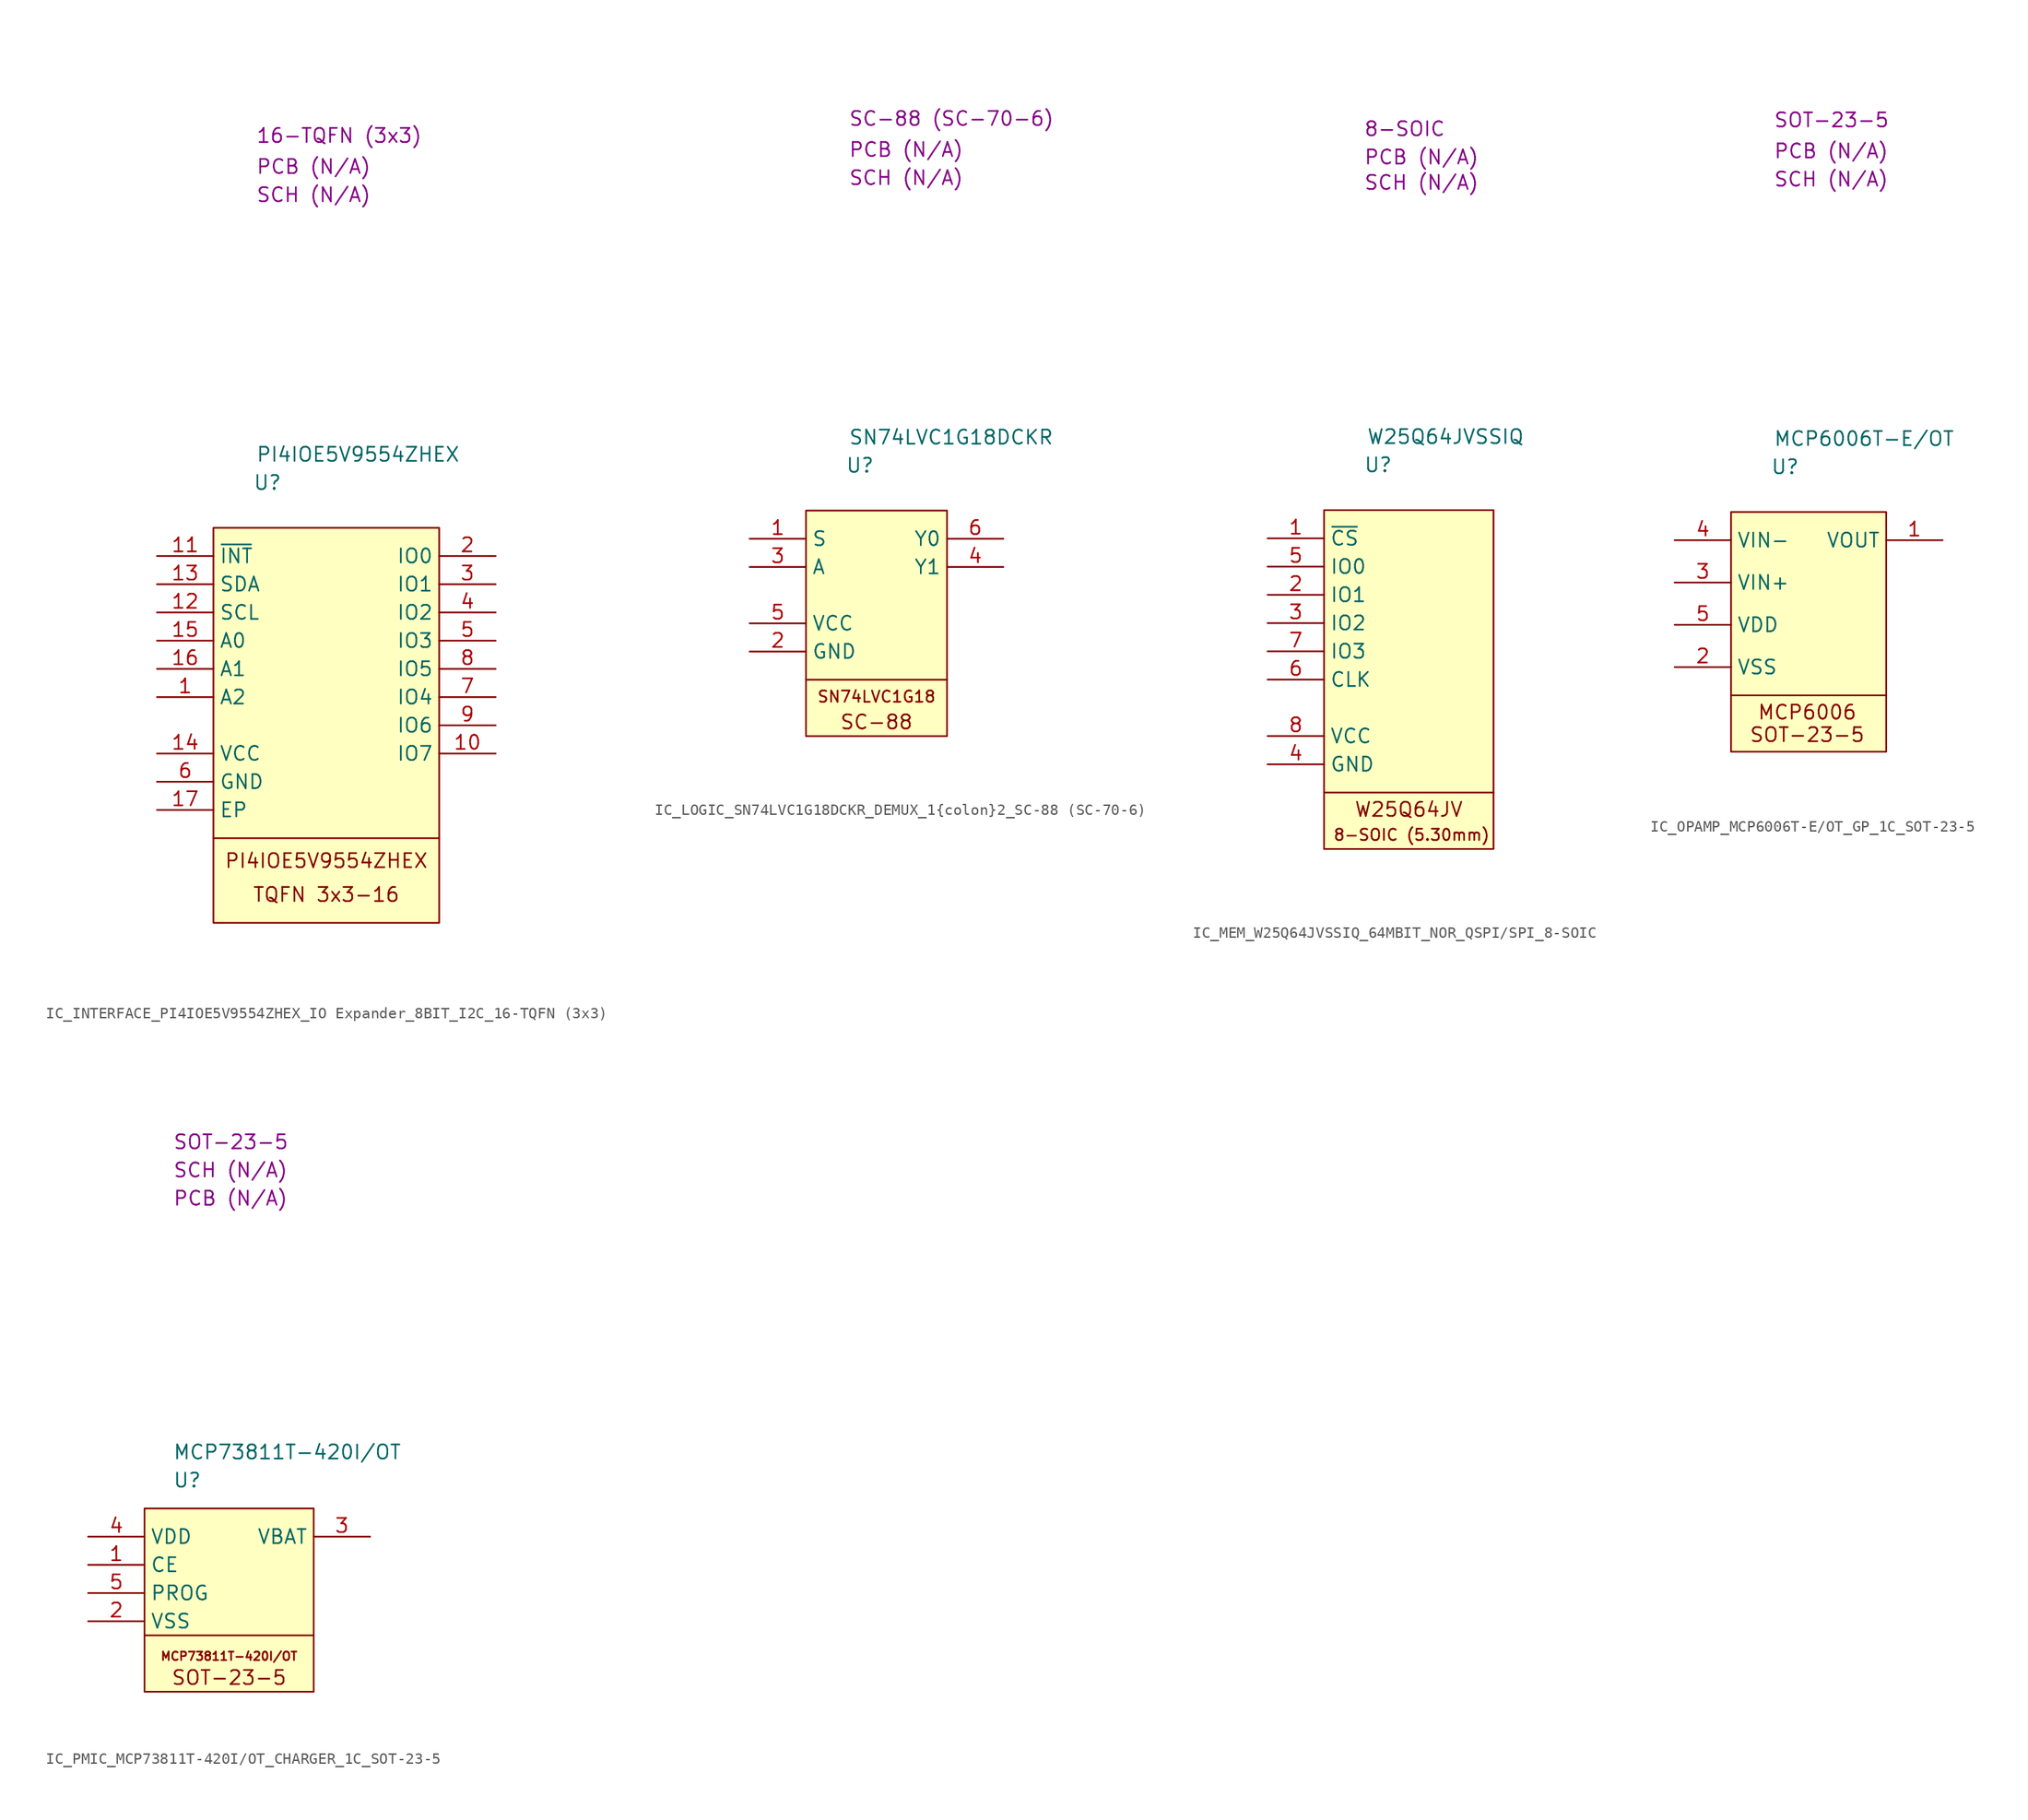
<source format=kicad_sym>
(kicad_symbol_lib
  (version 20231120)
  (generator "kicad_symbol_editor")
  (generator_version "8.0")
  (symbol "IC_INTERFACE_PI4IOE5V9554ZHEX_IO Expander_8BIT_I2C_16-TQFN (3x3)"
    (property "Reference" "U"
      (at 3.556 4.064 0)
      (effects (font (size 1.27 1.27)) (justify left)))
    (property "Value" "PI4IOE5V9554ZHEX"
      (at 3.81 6.604 0)
      (effects (font (size 1.27 1.27)) (justify left)))
    (property "Package" "16-TQFN (3x3)"
      (at 3.81 35.306 0)
      (effects (font (size 1.27 1.27)) (justify left)))
    (property "SCH CHECK" "SCH (N/A)"
      (at 3.81 29.972 0)
      (effects (font (size 1.27 1.27)) (justify left)))
    (property "PCB CHECK" "PCB (N/A)"
      (at 3.81 32.512 0)
      (effects (font (size 1.27 1.27)) (justify left)))
    (symbol "IC_INTERFACE_PI4IOE5V9554ZHEX_IO Expander_8BIT_I2C_16-TQFN (3x3)_0_1"
      (polyline (pts (xy 0 -27.94) (xy 20.32 -27.94)) (stroke (width 0) (type default)) (fill (type none))))
    (symbol "IC_INTERFACE_PI4IOE5V9554ZHEX_IO Expander_8BIT_I2C_16-TQFN (3x3)_1_0"
      (pin passive line (at -5.08 -25.4 0) (length 5.08) (name "EP" (effects (font (size 1.27 1.27)))) (number "17" (effects (font (size 1.27 1.27))))))
    (symbol "IC_INTERFACE_PI4IOE5V9554ZHEX_IO Expander_8BIT_I2C_16-TQFN (3x3)_1_1"
      (rectangle (start 0 0) (end 20.32 -35.56) (stroke (width 0) (type default)) (fill (type background)))
      (text "PI4IOE5V9554ZHEX" (at 10.16 -29.972 0) (effects (font (size 1.27 1.27))))
      (text "TQFN 3x3-16" (at 10.16 -33.02 0) (effects (font (size 1.27 1.27))))
      (pin passive line (at -5.08 -15.24 0) (length 5.08) (name "A2" (effects (font (size 1.27 1.27)))) (number "1" (effects (font (size 1.27 1.27)))))
      (pin passive line (at 25.4 -20.32 180) (length 5.08) (name "IO7" (effects (font (size 1.27 1.27)))) (number "10" (effects (font (size 1.27 1.27)))))
      (pin passive line (at -5.08 -2.54 0) (length 5.08) (name "~{INT}" (effects (font (size 1.27 1.27)))) (number "11" (effects (font (size 1.27 1.27)))))
      (pin passive line (at -5.08 -7.62 0) (length 5.08) (name "SCL" (effects (font (size 1.27 1.27)))) (number "12" (effects (font (size 1.27 1.27)))))
      (pin passive line (at -5.08 -5.08 0) (length 5.08) (name "SDA" (effects (font (size 1.27 1.27)))) (number "13" (effects (font (size 1.27 1.27)))))
      (pin passive line (at -5.08 -20.32 0) (length 5.08) (name "VCC" (effects (font (size 1.27 1.27)))) (number "14" (effects (font (size 1.27 1.27)))))
      (pin passive line (at -5.08 -10.16 0) (length 5.08) (name "A0" (effects (font (size 1.27 1.27)))) (number "15" (effects (font (size 1.27 1.27)))))
      (pin passive line (at -5.08 -12.7 0) (length 5.08) (name "A1" (effects (font (size 1.27 1.27)))) (number "16" (effects (font (size 1.27 1.27)))))
      (pin passive line (at 25.4 -2.54 180) (length 5.08) (name "IO0" (effects (font (size 1.27 1.27)))) (number "2" (effects (font (size 1.27 1.27)))))
      (pin passive line (at 25.4 -5.08 180) (length 5.08) (name "IO1" (effects (font (size 1.27 1.27)))) (number "3" (effects (font (size 1.27 1.27)))))
      (pin passive line (at 25.4 -7.62 180) (length 5.08) (name "IO2" (effects (font (size 1.27 1.27)))) (number "4" (effects (font (size 1.27 1.27)))))
      (pin passive line (at 25.4 -10.16 180) (length 5.08) (name "IO3" (effects (font (size 1.27 1.27)))) (number "5" (effects (font (size 1.27 1.27)))))
      (pin passive line (at -5.08 -22.86 0) (length 5.08) (name "GND" (effects (font (size 1.27 1.27)))) (number "6" (effects (font (size 1.27 1.27)))))
      (pin passive line (at 25.4 -15.24 180) (length 5.08) (name "IO4" (effects (font (size 1.27 1.27)))) (number "7" (effects (font (size 1.27 1.27)))))
      (pin passive line (at 25.4 -12.7 180) (length 5.08) (name "IO5" (effects (font (size 1.27 1.27)))) (number "8" (effects (font (size 1.27 1.27)))))
      (pin passive line (at 25.4 -17.78 180) (length 5.08) (name "IO6" (effects (font (size 1.27 1.27)))) (number "9" (effects (font (size 1.27 1.27)))))))
  (symbol "IC_LOGIC_SN74LVC1G18DCKR_DEMUX_1{colon}2_SC-88 (SC-70-6)"
    (property "Reference" "U"
      (at 3.556 4.064 0)
      (effects (font (size 1.27 1.27)) (justify left)))
    (property "Value" "SN74LVC1G18DCKR"
      (at 3.81 6.604 0)
      (effects (font (size 1.27 1.27)) (justify left)))
    (property "Package" "SC-88 (SC-70-6)"
      (at 3.81 35.306 0)
      (effects (font (size 1.27 1.27)) (justify left)))
    (property "SCH CHECK" "SCH (N/A)"
      (at 3.81 29.972 0)
      (effects (font (size 1.27 1.27)) (justify left)))
    (property "PCB CHECK" "PCB (N/A)"
      (at 3.81 32.512 0)
      (effects (font (size 1.27 1.27)) (justify left)))
    (symbol "IC_LOGIC_SN74LVC1G18DCKR_DEMUX_1{colon}2_SC-88 (SC-70-6)_1_1"
      (polyline (pts (xy 0 -15.24) (xy 12.7 -15.24)) (stroke (width 0) (type default)) (fill (type none)))
      (rectangle (start 0 0) (end 12.7 -20.32) (stroke (width 0) (type default)) (fill (type background)))
      (text "SC−88" (at 6.35 -19.05 0) (effects (font (size 1.27 1.27))))
      (text "SN74LVC1G18" (at 6.35 -16.764 0) (effects (font (size 1.016 1.016))))
      (pin passive line (at -5.08 -2.54 0) (length 5.08) (name "S" (effects (font (size 1.27 1.27)))) (number "1" (effects (font (size 1.27 1.27)))))
      (pin passive line (at -5.08 -12.7 0) (length 5.08) (name "GND" (effects (font (size 1.27 1.27)))) (number "2" (effects (font (size 1.27 1.27)))))
      (pin passive line (at -5.08 -5.08 0) (length 5.08) (name "A" (effects (font (size 1.27 1.27)))) (number "3" (effects (font (size 1.27 1.27)))))
      (pin passive line (at 17.78 -5.08 180) (length 5.08) (name "Y1" (effects (font (size 1.27 1.27)))) (number "4" (effects (font (size 1.27 1.27)))))
      (pin passive line (at -5.08 -10.16 0) (length 5.08) (name "VCC" (effects (font (size 1.27 1.27)))) (number "5" (effects (font (size 1.27 1.27)))))
      (pin passive line (at 17.78 -2.54 180) (length 5.08) (name "Y0" (effects (font (size 1.27 1.27)))) (number "6" (effects (font (size 1.27 1.27)))))))
  (symbol "IC_MEM_W25Q64JVSSIQ_64MBIT_NOR_QSPI/SPI_8-SOIC"
    (property "Reference" "U"
      (at 3.556 4.064 0)
      (effects (font (size 1.27 1.27)) (justify left)))
    (property "Value" "W25Q64JVSSIQ"
      (at 3.81 6.604 0)
      (effects (font (size 1.27 1.27)) (justify left)))
    (property "Package" "8-SOIC"
      (at 3.556 34.29 0)
      (effects (font (size 1.27 1.27)) (justify left)))
    (property "SCH CHECK" "SCH (N/A)"
      (at 3.556 29.464 0)
      (effects (font (size 1.27 1.27)) (justify left)))
    (property "PCB CHECK" "PCB (N/A)"
      (at 3.556 31.75 0)
      (effects (font (size 1.27 1.27)) (justify left)))
    (symbol "IC_MEM_W25Q64JVSSIQ_64MBIT_NOR_QSPI/SPI_8-SOIC_1_1"
      (polyline (pts (xy 0 -25.4) (xy 15.24 -25.4)) (stroke (width 0) (type default)) (fill (type none)))
      (rectangle (start 0 0) (end 15.24 -30.48) (stroke (width 0) (type default)) (fill (type background)))
      (text "8-SOIC (5.30mm)" (at 7.874 -29.21 0) (effects (font (size 1.016 1.016))))
      (text "W25Q64JV" (at 7.62 -26.924 0) (effects (font (size 1.27 1.27))))
      (pin passive line (at -5.08 -2.54 0) (length 5.08) (name "~{CS}" (effects (font (size 1.27 1.27)))) (number "1" (effects (font (size 1.27 1.27)))))
      (pin passive line (at -5.08 -7.62 0) (length 5.08) (name "IO1" (effects (font (size 1.27 1.27)))) (number "2" (effects (font (size 1.27 1.27)))))
      (pin passive line (at -5.08 -10.16 0) (length 5.08) (name "IO2" (effects (font (size 1.27 1.27)))) (number "3" (effects (font (size 1.27 1.27)))))
      (pin passive line (at -5.08 -22.86 0) (length 5.08) (name "GND" (effects (font (size 1.27 1.27)))) (number "4" (effects (font (size 1.27 1.27)))))
      (pin passive line (at -5.08 -5.08 0) (length 5.08) (name "IO0" (effects (font (size 1.27 1.27)))) (number "5" (effects (font (size 1.27 1.27)))))
      (pin passive line (at -5.08 -15.24 0) (length 5.08) (name "CLK" (effects (font (size 1.27 1.27)))) (number "6" (effects (font (size 1.27 1.27)))))
      (pin passive line (at -5.08 -12.7 0) (length 5.08) (name "IO3" (effects (font (size 1.27 1.27)))) (number "7" (effects (font (size 1.27 1.27)))))
      (pin passive line (at -5.08 -20.32 0) (length 5.08) (name "VCC" (effects (font (size 1.27 1.27)))) (number "8" (effects (font (size 1.27 1.27)))))))
  (symbol "IC_OPAMP_MCP6006T-E/OT_GP_1C_SOT-23-5"
    (property "Reference" "U"
      (at 3.556 4.064 0)
      (effects (font (size 1.27 1.27)) (justify left)))
    (property "Value" "MCP6006T-E/OT"
      (at 3.81 6.604 0)
      (effects (font (size 1.27 1.27)) (justify left)))
    (property "Package" "SOT-23-5"
      (at 3.81 35.306 0)
      (effects (font (size 1.27 1.27)) (justify left)))
    (property "SCH CHECK" "SCH (N/A)"
      (at 3.81 29.972 0)
      (effects (font (size 1.27 1.27)) (justify left)))
    (property "PCB CHECK" "PCB (N/A)"
      (at 3.81 32.512 0)
      (effects (font (size 1.27 1.27)) (justify left)))
    (symbol "IC_OPAMP_MCP6006T-E/OT_GP_1C_SOT-23-5_1_1"
      (polyline (pts (xy 0 -16.51) (xy 13.97 -16.51)) (stroke (width 0) (type default)) (fill (type none)))
      (rectangle (start 0 0) (end 13.97 -21.59) (stroke (width 0) (type default)) (fill (type background)))
      (text "MCP6006" (at 6.858 -18.034 0) (effects (font (size 1.27 1.27))))
      (text "SOT-23-5" (at 6.858 -20.066 0) (effects (font (size 1.27 1.27))))
      (pin passive line (at 19.05 -2.54 180) (length 5.08) (name "VOUT" (effects (font (size 1.27 1.27)))) (number "1" (effects (font (size 1.27 1.27)))))
      (pin passive line (at -5.08 -13.97 0) (length 5.08) (name "VSS" (effects (font (size 1.27 1.27)))) (number "2" (effects (font (size 1.27 1.27)))))
      (pin passive line (at -5.08 -6.35 0) (length 5.08) (name "VIN+" (effects (font (size 1.27 1.27)))) (number "3" (effects (font (size 1.27 1.27)))))
      (pin passive line (at -5.08 -2.54 0) (length 5.08) (name "VIN-" (effects (font (size 1.27 1.27)))) (number "4" (effects (font (size 1.27 1.27)))))
      (pin passive line (at -5.08 -10.16 0) (length 5.08) (name "VDD" (effects (font (size 1.27 1.27)))) (number "5" (effects (font (size 1.27 1.27)))))))
  (symbol "IC_PMIC_MCP73811T-420I/OT_CHARGER_1C_SOT-23-5"
    (property "Reference" "U"
      (at 2.54 2.54 0)
      (effects (font (size 1.27 1.27)) (justify left)))
    (property "Value" "MCP73811T-420I/OT"
      (at 2.54 5.08 0)
      (effects (font (size 1.27 1.27)) (justify left)))
    (property "Package" "SOT-23-5"
      (at 2.54 33.02 0)
      (effects (font (size 1.27 1.27)) (justify left)))
    (property "SCH CHECK" "SCH (N/A)"
      (at 2.54 30.48 0)
      (effects (font (size 1.27 1.27)) (justify left)))
    (property "PCB CHECk" "PCB (N/A)"
      (at 2.54 27.94 0)
      (effects (font (size 1.27 1.27)) (justify left)))
    (symbol "IC_PMIC_MCP73811T-420I/OT_CHARGER_1C_SOT-23-5_0_0"
      (text "	\nMCP73811T-420I/OT" (at 7.62 -12.7 0) (effects (font (size 0.762 0.762))))
      (text "SOT-23-5" (at 7.62 -15.24 0) (effects (font (size 1.27 1.27)))))
    (symbol "IC_PMIC_MCP73811T-420I/OT_CHARGER_1C_SOT-23-5_0_1"
      (polyline (pts (xy 0 -11.43) (xy 15.24 -11.43)) (stroke (width 0) (type default)) (fill (type none)))
      (rectangle (start 0 0) (end 15.24 -16.51) (stroke (width 0) (type default)) (fill (type background))))
    (symbol "IC_PMIC_MCP73811T-420I/OT_CHARGER_1C_SOT-23-5_1_1"
      (pin passive line (at -5.08 -5.08 0) (length 5.08) (name "CE" (effects (font (size 1.27 1.27)))) (number "1" (effects (font (size 1.27 1.27)))))
      (pin passive line (at -5.08 -10.16 0) (length 5.08) (name "VSS" (effects (font (size 1.27 1.27)))) (number "2" (effects (font (size 1.27 1.27)))))
      (pin passive line (at 20.32 -2.54 180) (length 5.08) (name "VBAT" (effects (font (size 1.27 1.27)))) (number "3" (effects (font (size 1.27 1.27)))))
      (pin passive line (at -5.08 -2.54 0) (length 5.08) (name "VDD" (effects (font (size 1.27 1.27)))) (number "4" (effects (font (size 1.27 1.27)))))
      (pin passive line (at -5.08 -7.62 0) (length 5.08) (name "PROG" (effects (font (size 1.27 1.27)))) (number "5" (effects (font (size 1.27 1.27))))))))
</source>
